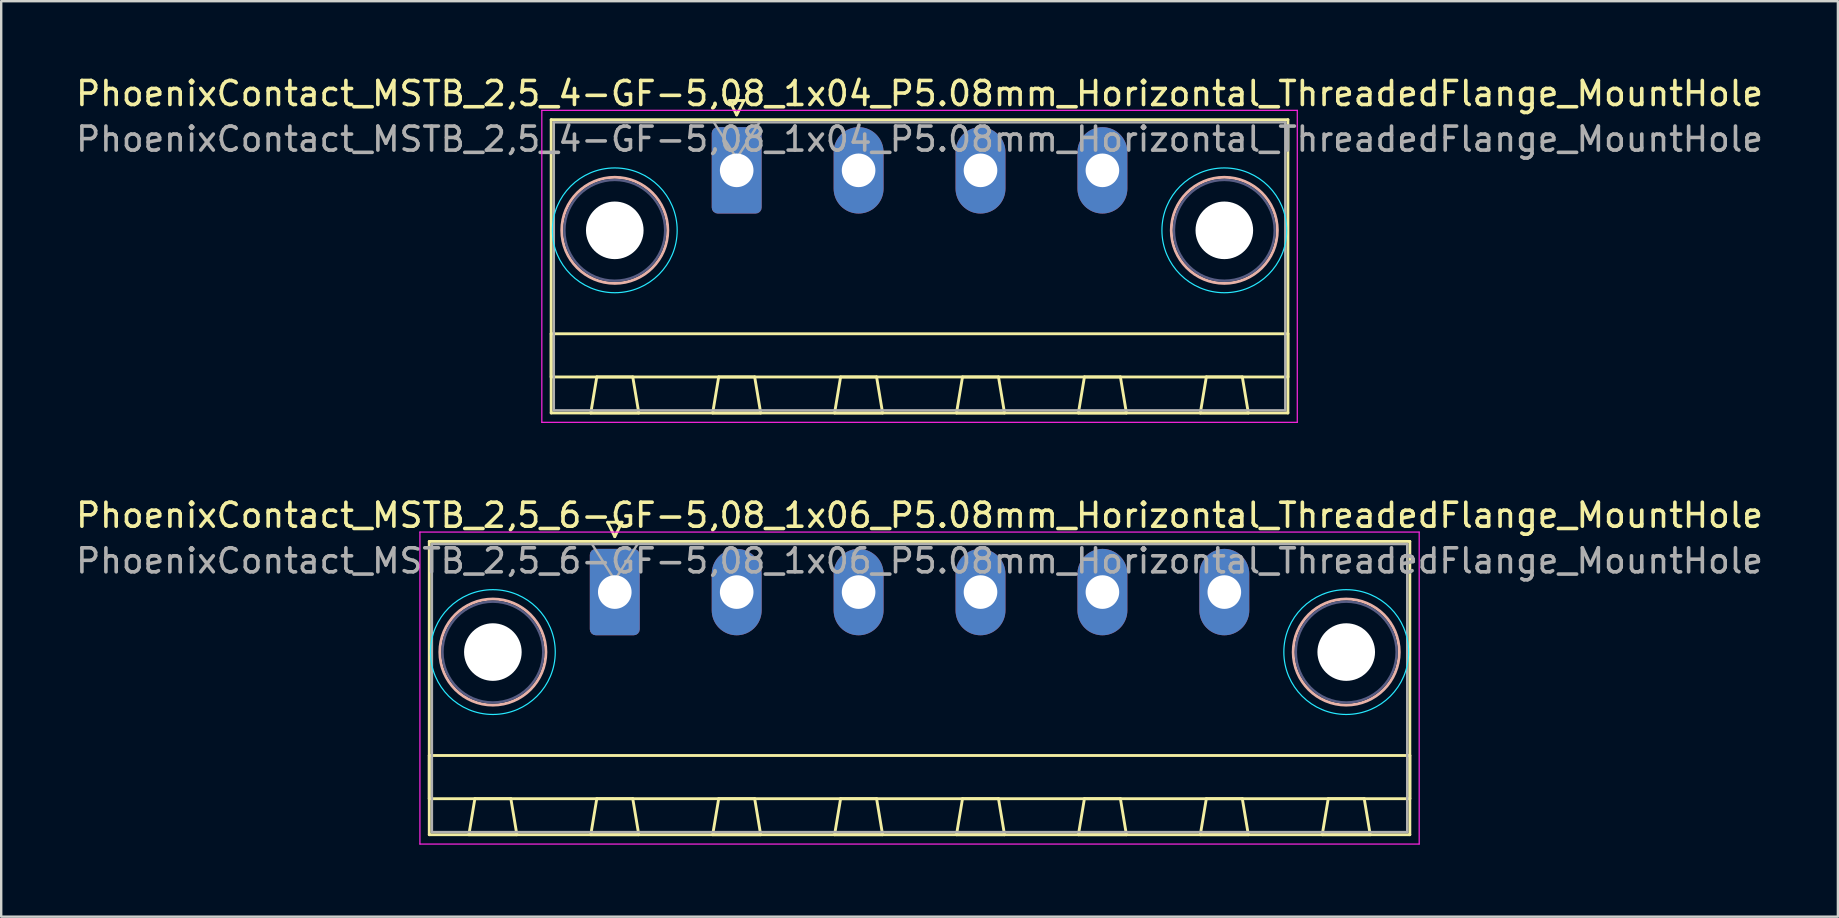
<source format=kicad_pcb>
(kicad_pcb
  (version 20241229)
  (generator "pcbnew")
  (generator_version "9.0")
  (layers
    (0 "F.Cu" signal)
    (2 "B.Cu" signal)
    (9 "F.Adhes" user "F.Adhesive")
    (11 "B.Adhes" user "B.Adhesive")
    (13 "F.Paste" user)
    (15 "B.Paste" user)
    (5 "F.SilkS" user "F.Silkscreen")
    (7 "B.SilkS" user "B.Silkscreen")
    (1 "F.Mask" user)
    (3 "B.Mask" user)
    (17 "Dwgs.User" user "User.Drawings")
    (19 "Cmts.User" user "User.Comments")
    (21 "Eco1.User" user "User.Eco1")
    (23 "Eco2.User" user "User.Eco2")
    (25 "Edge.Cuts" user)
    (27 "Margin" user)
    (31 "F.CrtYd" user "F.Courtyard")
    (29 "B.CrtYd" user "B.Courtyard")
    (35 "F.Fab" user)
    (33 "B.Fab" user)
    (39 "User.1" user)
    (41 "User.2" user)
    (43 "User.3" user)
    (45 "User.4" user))
  (footprint "PhoenixContact_MSTB_2,5_4-GF-5,08_1x04_P5.08mm_Horizontal_ThreadedFlange_MountHole"
    (layer "F.Cu")
    (at 27.648 4.048)
    (property "Reference" "PhoenixContact_MSTB_2,5_4-GF-5,08_1x04_P5.08mm_Horizontal_ThreadedFlange_MountHole" (at 7.62 -3.2 0) (layer "F.SilkS") (effects (font (size 1 1) (thickness 0.15))))
    (attr through_hole)
    (fp_line (start -7.73 -2.11) (end -7.73 10.11) (stroke (width 0.12) (type solid)) (layer "F.SilkS"))
    (fp_line (start -7.73 6.81) (end 22.97 6.81) (stroke (width 0.12) (type solid)) (layer "F.SilkS"))
    (fp_line (start -7.73 8.61) (end -7.73 6.81) (stroke (width 0.12) (type solid)) (layer "F.SilkS"))
    (fp_line (start -7.73 10.11) (end 22.97 10.11) (stroke (width 0.12) (type solid)) (layer "F.SilkS"))
    (fp_line (start -6.08 10.11) (end -4.08 10.11) (stroke (width 0.12) (type solid)) (layer "F.SilkS"))
    (fp_line (start -5.83 8.61) (end -6.08 10.11) (stroke (width 0.12) (type solid)) (layer "F.SilkS"))
    (fp_line (start -4.33 8.61) (end -5.83 8.61) (stroke (width 0.12) (type solid)) (layer "F.SilkS"))
    (fp_line (start -4.08 10.11) (end -4.33 8.61) (stroke (width 0.12) (type solid)) (layer "F.SilkS"))
    (fp_line (start -1 10.11) (end 1 10.11) (stroke (width 0.12) (type solid)) (layer "F.SilkS"))
    (fp_line (start -0.75 8.61) (end -1 10.11) (stroke (width 0.12) (type solid)) (layer "F.SilkS"))
    (fp_line (start -0.3 -2.91) (end 0.3 -2.91) (stroke (width 0.12) (type solid)) (layer "F.SilkS"))
    (fp_line (start 0 -2.31) (end -0.3 -2.91) (stroke (width 0.12) (type solid)) (layer "F.SilkS"))
    (fp_line (start 0.3 -2.91) (end 0 -2.31) (stroke (width 0.12) (type solid)) (layer "F.SilkS"))
    (fp_line (start 0.75 8.61) (end -0.75 8.61) (stroke (width 0.12) (type solid)) (layer "F.SilkS"))
    (fp_line (start 1 10.11) (end 0.75 8.61) (stroke (width 0.12) (type solid)) (layer "F.SilkS"))
    (fp_line (start 4.08 10.11) (end 6.08 10.11) (stroke (width 0.12) (type solid)) (layer "F.SilkS"))
    (fp_line (start 4.33 8.61) (end 4.08 10.11) (stroke (width 0.12) (type solid)) (layer "F.SilkS"))
    (fp_line (start 5.83 8.61) (end 4.33 8.61) (stroke (width 0.12) (type solid)) (layer "F.SilkS"))
    (fp_line (start 6.08 10.11) (end 5.83 8.61) (stroke (width 0.12) (type solid)) (layer "F.SilkS"))
    (fp_line (start 9.16 10.11) (end 11.16 10.11) (stroke (width 0.12) (type solid)) (layer "F.SilkS"))
    (fp_line (start 9.41 8.61) (end 9.16 10.11) (stroke (width 0.12) (type solid)) (layer "F.SilkS"))
    (fp_line (start 10.91 8.61) (end 9.41 8.61) (stroke (width 0.12) (type solid)) (layer "F.SilkS"))
    (fp_line (start 11.16 10.11) (end 10.91 8.61) (stroke (width 0.12) (type solid)) (layer "F.SilkS"))
    (fp_line (start 14.24 10.11) (end 16.24 10.11) (stroke (width 0.12) (type solid)) (layer "F.SilkS"))
    (fp_line (start 14.49 8.61) (end 14.24 10.11) (stroke (width 0.12) (type solid)) (layer "F.SilkS"))
    (fp_line (start 15.99 8.61) (end 14.49 8.61) (stroke (width 0.12) (type solid)) (layer "F.SilkS"))
    (fp_line (start 16.24 10.11) (end 15.99 8.61) (stroke (width 0.12) (type solid)) (layer "F.SilkS"))
    (fp_line (start 19.32 10.11) (end 21.32 10.11) (stroke (width 0.12) (type solid)) (layer "F.SilkS"))
    (fp_line (start 19.57 8.61) (end 19.32 10.11) (stroke (width 0.12) (type solid)) (layer "F.SilkS"))
    (fp_line (start 21.07 8.61) (end 19.57 8.61) (stroke (width 0.12) (type solid)) (layer "F.SilkS"))
    (fp_line (start 21.32 10.11) (end 21.07 8.61) (stroke (width 0.12) (type solid)) (layer "F.SilkS"))
    (fp_line (start 22.97 -2.11) (end -7.73 -2.11) (stroke (width 0.12) (type solid)) (layer "F.SilkS"))
    (fp_line (start 22.97 6.81) (end 22.97 8.61) (stroke (width 0.12) (type solid)) (layer "F.SilkS"))
    (fp_line (start 22.97 8.61) (end -7.73 8.61) (stroke (width 0.12) (type solid)) (layer "F.SilkS"))
    (fp_line (start 22.97 10.11) (end 22.97 -2.11) (stroke (width 0.12) (type solid)) (layer "F.SilkS"))
    (fp_circle (center -5.08 2.5) (end -2.87 2.5) (stroke (width 0.12) (type solid)) (fill no) (layer "B.SilkS"))
    (fp_circle (center 20.32 2.5) (end 22.53 2.5) (stroke (width 0.12) (type solid)) (fill no) (layer "B.SilkS"))
    (fp_circle (center -5.08 2.5) (end -2.48 2.5) (stroke (width 0.05) (type solid)) (fill no) (layer "B.CrtYd"))
    (fp_circle (center 20.32 2.5) (end 22.92 2.5) (stroke (width 0.05) (type solid)) (fill no) (layer "B.CrtYd"))
    (fp_line (start -8.12 -2.5) (end -8.12 10.5) (stroke (width 0.05) (type solid)) (layer "F.CrtYd"))
    (fp_line (start -8.12 10.5) (end 23.36 10.5) (stroke (width 0.05) (type solid)) (layer "F.CrtYd"))
    (fp_line (start 23.36 -2.5) (end -8.12 -2.5) (stroke (width 0.05) (type solid)) (layer "F.CrtYd"))
    (fp_line (start 23.36 10.5) (end 23.36 -2.5) (stroke (width 0.05) (type solid)) (layer "F.CrtYd"))
    (fp_circle (center -5.08 2.5) (end -2.98 2.5) (stroke (width 0.1) (type solid)) (fill no) (layer "B.Fab"))
    (fp_circle (center 20.32 2.5) (end 22.42 2.5) (stroke (width 0.1) (type solid)) (fill no) (layer "B.Fab"))
    (fp_line (start -7.62 -2) (end -7.62 10) (stroke (width 0.1) (type solid)) (layer "F.Fab"))
    (fp_line (start -7.62 10) (end 22.86 10) (stroke (width 0.1) (type solid)) (layer "F.Fab"))
    (fp_line (start 0 -0.5) (end -0.95 -2) (stroke (width 0.1) (type solid)) (layer "F.Fab"))
    (fp_line (start 0.95 -2) (end 0 -0.5) (stroke (width 0.1) (type solid)) (layer "F.Fab"))
    (fp_line (start 22.86 -2) (end -7.62 -2) (stroke (width 0.1) (type solid)) (layer "F.Fab"))
    (fp_line (start 22.86 10) (end 22.86 -2) (stroke (width 0.1) (type solid)) (layer "F.Fab"))
    (fp_text user "${REFERENCE}" (at 7.62 -1.3 0) (layer "F.Fab") (effects (font (size 1 1) (thickness 0.15))))
    (pad "" np_thru_hole circle (at -5.08 2.5) (size 2.4 2.4) (drill 2.4) (layers "*.Cu" "*.Mask"))
    (pad "" np_thru_hole circle (at 20.32 2.5) (size 2.4 2.4) (drill 2.4) (layers "*.Cu" "*.Mask"))
    (pad "1" thru_hole roundrect (at 0 0) (size 2.08 3.6) (drill 1.4) (layers "*.Cu" "*.Mask") (roundrect_rratio 0.12))
    (pad "2" thru_hole oval (at 5.08 0) (size 2.08 3.6) (drill 1.4) (layers "*.Cu" "*.Mask"))
    (pad "3" thru_hole oval (at 10.16 0) (size 2.08 3.6) (drill 1.4) (layers "*.Cu" "*.Mask"))
    (pad "4" thru_hole oval (at 15.24 0) (size 2.08 3.6) (drill 1.4) (layers "*.Cu" "*.Mask")))
  (footprint "PhoenixContact_MSTB_2,5_6-GF-5,08_1x06_P5.08mm_Horizontal_ThreadedFlange_MountHole"
    (layer "F.Cu")
    (at 22.568 21.622)
    (property "Reference" "PhoenixContact_MSTB_2,5_6-GF-5,08_1x06_P5.08mm_Horizontal_ThreadedFlange_MountHole" (at 12.7 -3.2 0) (layer "F.SilkS") (effects (font (size 1 1) (thickness 0.15))))
    (attr through_hole)
    (fp_line (start -7.73 -2.11) (end -7.73 10.11) (stroke (width 0.12) (type solid)) (layer "F.SilkS"))
    (fp_line (start -7.73 6.81) (end 33.13 6.81) (stroke (width 0.12) (type solid)) (layer "F.SilkS"))
    (fp_line (start -7.73 8.61) (end -7.73 6.81) (stroke (width 0.12) (type solid)) (layer "F.SilkS"))
    (fp_line (start -7.73 10.11) (end 33.13 10.11) (stroke (width 0.12) (type solid)) (layer "F.SilkS"))
    (fp_line (start -6.08 10.11) (end -4.08 10.11) (stroke (width 0.12) (type solid)) (layer "F.SilkS"))
    (fp_line (start -5.83 8.61) (end -6.08 10.11) (stroke (width 0.12) (type solid)) (layer "F.SilkS"))
    (fp_line (start -4.33 8.61) (end -5.83 8.61) (stroke (width 0.12) (type solid)) (layer "F.SilkS"))
    (fp_line (start -4.08 10.11) (end -4.33 8.61) (stroke (width 0.12) (type solid)) (layer "F.SilkS"))
    (fp_line (start -1 10.11) (end 1 10.11) (stroke (width 0.12) (type solid)) (layer "F.SilkS"))
    (fp_line (start -0.75 8.61) (end -1 10.11) (stroke (width 0.12) (type solid)) (layer "F.SilkS"))
    (fp_line (start -0.3 -2.91) (end 0.3 -2.91) (stroke (width 0.12) (type solid)) (layer "F.SilkS"))
    (fp_line (start 0 -2.31) (end -0.3 -2.91) (stroke (width 0.12) (type solid)) (layer "F.SilkS"))
    (fp_line (start 0.3 -2.91) (end 0 -2.31) (stroke (width 0.12) (type solid)) (layer "F.SilkS"))
    (fp_line (start 0.75 8.61) (end -0.75 8.61) (stroke (width 0.12) (type solid)) (layer "F.SilkS"))
    (fp_line (start 1 10.11) (end 0.75 8.61) (stroke (width 0.12) (type solid)) (layer "F.SilkS"))
    (fp_line (start 4.08 10.11) (end 6.08 10.11) (stroke (width 0.12) (type solid)) (layer "F.SilkS"))
    (fp_line (start 4.33 8.61) (end 4.08 10.11) (stroke (width 0.12) (type solid)) (layer "F.SilkS"))
    (fp_line (start 5.83 8.61) (end 4.33 8.61) (stroke (width 0.12) (type solid)) (layer "F.SilkS"))
    (fp_line (start 6.08 10.11) (end 5.83 8.61) (stroke (width 0.12) (type solid)) (layer "F.SilkS"))
    (fp_line (start 9.16 10.11) (end 11.16 10.11) (stroke (width 0.12) (type solid)) (layer "F.SilkS"))
    (fp_line (start 9.41 8.61) (end 9.16 10.11) (stroke (width 0.12) (type solid)) (layer "F.SilkS"))
    (fp_line (start 10.91 8.61) (end 9.41 8.61) (stroke (width 0.12) (type solid)) (layer "F.SilkS"))
    (fp_line (start 11.16 10.11) (end 10.91 8.61) (stroke (width 0.12) (type solid)) (layer "F.SilkS"))
    (fp_line (start 14.24 10.11) (end 16.24 10.11) (stroke (width 0.12) (type solid)) (layer "F.SilkS"))
    (fp_line (start 14.49 8.61) (end 14.24 10.11) (stroke (width 0.12) (type solid)) (layer "F.SilkS"))
    (fp_line (start 15.99 8.61) (end 14.49 8.61) (stroke (width 0.12) (type solid)) (layer "F.SilkS"))
    (fp_line (start 16.24 10.11) (end 15.99 8.61) (stroke (width 0.12) (type solid)) (layer "F.SilkS"))
    (fp_line (start 19.32 10.11) (end 21.32 10.11) (stroke (width 0.12) (type solid)) (layer "F.SilkS"))
    (fp_line (start 19.57 8.61) (end 19.32 10.11) (stroke (width 0.12) (type solid)) (layer "F.SilkS"))
    (fp_line (start 21.07 8.61) (end 19.57 8.61) (stroke (width 0.12) (type solid)) (layer "F.SilkS"))
    (fp_line (start 21.32 10.11) (end 21.07 8.61) (stroke (width 0.12) (type solid)) (layer "F.SilkS"))
    (fp_line (start 24.4 10.11) (end 26.4 10.11) (stroke (width 0.12) (type solid)) (layer "F.SilkS"))
    (fp_line (start 24.65 8.61) (end 24.4 10.11) (stroke (width 0.12) (type solid)) (layer "F.SilkS"))
    (fp_line (start 26.15 8.61) (end 24.65 8.61) (stroke (width 0.12) (type solid)) (layer "F.SilkS"))
    (fp_line (start 26.4 10.11) (end 26.15 8.61) (stroke (width 0.12) (type solid)) (layer "F.SilkS"))
    (fp_line (start 29.48 10.11) (end 31.48 10.11) (stroke (width 0.12) (type solid)) (layer "F.SilkS"))
    (fp_line (start 29.73 8.61) (end 29.48 10.11) (stroke (width 0.12) (type solid)) (layer "F.SilkS"))
    (fp_line (start 31.23 8.61) (end 29.73 8.61) (stroke (width 0.12) (type solid)) (layer "F.SilkS"))
    (fp_line (start 31.48 10.11) (end 31.23 8.61) (stroke (width 0.12) (type solid)) (layer "F.SilkS"))
    (fp_line (start 33.13 -2.11) (end -7.73 -2.11) (stroke (width 0.12) (type solid)) (layer "F.SilkS"))
    (fp_line (start 33.13 6.81) (end 33.13 8.61) (stroke (width 0.12) (type solid)) (layer "F.SilkS"))
    (fp_line (start 33.13 8.61) (end -7.73 8.61) (stroke (width 0.12) (type solid)) (layer "F.SilkS"))
    (fp_line (start 33.13 10.11) (end 33.13 -2.11) (stroke (width 0.12) (type solid)) (layer "F.SilkS"))
    (fp_circle (center -5.08 2.5) (end -2.87 2.5) (stroke (width 0.12) (type solid)) (fill no) (layer "B.SilkS"))
    (fp_circle (center 30.48 2.5) (end 32.69 2.5) (stroke (width 0.12) (type solid)) (fill no) (layer "B.SilkS"))
    (fp_circle (center -5.08 2.5) (end -2.48 2.5) (stroke (width 0.05) (type solid)) (fill no) (layer "B.CrtYd"))
    (fp_circle (center 30.48 2.5) (end 33.08 2.5) (stroke (width 0.05) (type solid)) (fill no) (layer "B.CrtYd"))
    (fp_line (start -8.12 -2.5) (end -8.12 10.5) (stroke (width 0.05) (type solid)) (layer "F.CrtYd"))
    (fp_line (start -8.12 10.5) (end 33.52 10.5) (stroke (width 0.05) (type solid)) (layer "F.CrtYd"))
    (fp_line (start 33.52 -2.5) (end -8.12 -2.5) (stroke (width 0.05) (type solid)) (layer "F.CrtYd"))
    (fp_line (start 33.52 10.5) (end 33.52 -2.5) (stroke (width 0.05) (type solid)) (layer "F.CrtYd"))
    (fp_circle (center -5.08 2.5) (end -2.98 2.5) (stroke (width 0.1) (type solid)) (fill no) (layer "B.Fab"))
    (fp_circle (center 30.48 2.5) (end 32.58 2.5) (stroke (width 0.1) (type solid)) (fill no) (layer "B.Fab"))
    (fp_line (start -7.62 -2) (end -7.62 10) (stroke (width 0.1) (type solid)) (layer "F.Fab"))
    (fp_line (start -7.62 10) (end 33.02 10) (stroke (width 0.1) (type solid)) (layer "F.Fab"))
    (fp_line (start 0 -0.5) (end -0.95 -2) (stroke (width 0.1) (type solid)) (layer "F.Fab"))
    (fp_line (start 0.95 -2) (end 0 -0.5) (stroke (width 0.1) (type solid)) (layer "F.Fab"))
    (fp_line (start 33.02 -2) (end -7.62 -2) (stroke (width 0.1) (type solid)) (layer "F.Fab"))
    (fp_line (start 33.02 10) (end 33.02 -2) (stroke (width 0.1) (type solid)) (layer "F.Fab"))
    (fp_text user "${REFERENCE}" (at 12.7 -1.3 0) (layer "F.Fab") (effects (font (size 1 1) (thickness 0.15))))
    (pad "" np_thru_hole circle (at -5.08 2.5) (size 2.4 2.4) (drill 2.4) (layers "*.Cu" "*.Mask"))
    (pad "" np_thru_hole circle (at 30.48 2.5) (size 2.4 2.4) (drill 2.4) (layers "*.Cu" "*.Mask"))
    (pad "1" thru_hole roundrect (at 0 0) (size 2.08 3.6) (drill 1.4) (layers "*.Cu" "*.Mask") (roundrect_rratio 0.12))
    (pad "2" thru_hole oval (at 5.08 0) (size 2.08 3.6) (drill 1.4) (layers "*.Cu" "*.Mask"))
    (pad "3" thru_hole oval (at 10.16 0) (size 2.08 3.6) (drill 1.4) (layers "*.Cu" "*.Mask"))
    (pad "4" thru_hole oval (at 15.24 0) (size 2.08 3.6) (drill 1.4) (layers "*.Cu" "*.Mask"))
    (pad "5" thru_hole oval (at 20.32 0) (size 2.08 3.6) (drill 1.4) (layers "*.Cu" "*.Mask"))
    (pad "6" thru_hole oval (at 25.4 0) (size 2.08 3.6) (drill 1.4) (layers "*.Cu" "*.Mask")))
  (gr_rect
    (start -3 -3)
    (end 73.536 35.147)
    (stroke (width 0.1) (type default))
    (fill no)
    (layer "Edge.Cuts")))
</source>
